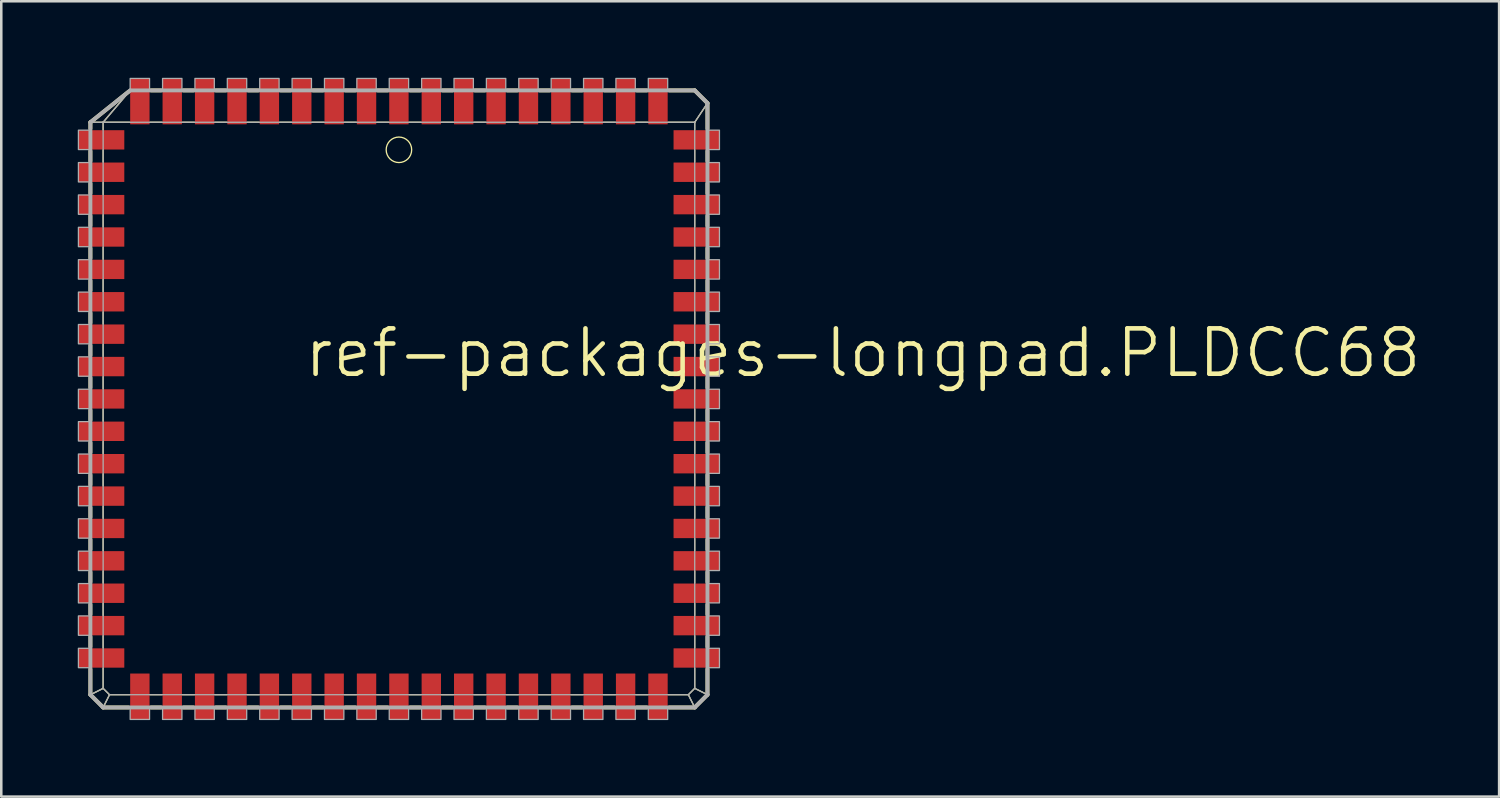
<source format=kicad_pcb>
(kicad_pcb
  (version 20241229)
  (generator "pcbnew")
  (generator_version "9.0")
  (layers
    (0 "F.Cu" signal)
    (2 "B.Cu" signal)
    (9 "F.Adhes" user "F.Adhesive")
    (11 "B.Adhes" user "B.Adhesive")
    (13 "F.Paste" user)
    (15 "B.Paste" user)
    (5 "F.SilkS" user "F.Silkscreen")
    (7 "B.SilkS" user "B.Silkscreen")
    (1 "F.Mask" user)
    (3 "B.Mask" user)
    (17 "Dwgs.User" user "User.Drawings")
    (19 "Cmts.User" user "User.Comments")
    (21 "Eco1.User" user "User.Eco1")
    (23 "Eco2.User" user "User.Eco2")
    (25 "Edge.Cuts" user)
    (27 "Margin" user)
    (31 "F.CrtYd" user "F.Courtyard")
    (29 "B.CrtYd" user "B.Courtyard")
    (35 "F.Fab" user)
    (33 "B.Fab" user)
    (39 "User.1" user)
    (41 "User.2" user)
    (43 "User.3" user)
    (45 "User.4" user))
  (footprint "ref-packages-longpad.PLDCC68"
    (layer "F.Cu")
    (at 12.595 12.595)
    (property "Reference" "ref-packages-longpad.PLDCC68" (at -3.81 -0.762 0) (layer "F.SilkS") (effects (font (size 1.778 1.778) (thickness 0.18)) (justify left bottom)))
    (attr smd)
    (fp_line (start -12.1 -10.85) (end -11.6 -10.85) (stroke (width 0.051) (type default)) (layer "F.SilkS"))
    (fp_line (start -12.1 -10.85) (end -10.6 -12.05) (stroke (width 0.152) (type default)) (layer "F.SilkS"))
    (fp_line (start -12.1 -10.6) (end -12.1 -10.85) (stroke (width 0.152) (type default)) (layer "F.SilkS"))
    (fp_line (start -12.1 -9.33) (end -12.1 -9.72) (stroke (width 0.152) (type default)) (layer "F.SilkS"))
    (fp_line (start -12.1 -8.06) (end -12.1 -8.45) (stroke (width 0.152) (type default)) (layer "F.SilkS"))
    (fp_line (start -12.1 -6.79) (end -12.1 -7.18) (stroke (width 0.152) (type default)) (layer "F.SilkS"))
    (fp_line (start -12.1 -5.52) (end -12.1 -5.91) (stroke (width 0.152) (type default)) (layer "F.SilkS"))
    (fp_line (start -12.1 -4.25) (end -12.1 -4.64) (stroke (width 0.152) (type default)) (layer "F.SilkS"))
    (fp_line (start -12.1 -2.98) (end -12.1 -3.37) (stroke (width 0.152) (type default)) (layer "F.SilkS"))
    (fp_line (start -12.1 -1.71) (end -12.1 -2.1) (stroke (width 0.152) (type default)) (layer "F.SilkS"))
    (fp_line (start -12.1 -0.44) (end -12.1 -0.83) (stroke (width 0.152) (type default)) (layer "F.SilkS"))
    (fp_line (start -12.1 0.83) (end -12.1 0.44) (stroke (width 0.152) (type default)) (layer "F.SilkS"))
    (fp_line (start -12.1 2.1) (end -12.1 1.71) (stroke (width 0.152) (type default)) (layer "F.SilkS"))
    (fp_line (start -12.1 3.37) (end -12.1 2.98) (stroke (width 0.152) (type default)) (layer "F.SilkS"))
    (fp_line (start -12.1 4.64) (end -12.1 4.25) (stroke (width 0.152) (type default)) (layer "F.SilkS"))
    (fp_line (start -12.1 5.91) (end -12.1 5.52) (stroke (width 0.152) (type default)) (layer "F.SilkS"))
    (fp_line (start -12.1 7.18) (end -12.1 6.79) (stroke (width 0.152) (type default)) (layer "F.SilkS"))
    (fp_line (start -12.1 8.45) (end -12.1 8.06) (stroke (width 0.152) (type default)) (layer "F.SilkS"))
    (fp_line (start -12.1 9.72) (end -12.1 9.33) (stroke (width 0.152) (type default)) (layer "F.SilkS"))
    (fp_line (start -12.1 11.6) (end -12.1 10.6) (stroke (width 0.152) (type default)) (layer "F.SilkS"))
    (fp_line (start -12.1 11.6) (end -11.6 11.35) (stroke (width 0.051) (type default)) (layer "F.SilkS"))
    (fp_line (start -11.6 -10.85) (end -10.56 -12.08) (stroke (width 0.051) (type default)) (layer "F.SilkS"))
    (fp_line (start -11.6 -10.85) (end -10.56 -10.85) (stroke (width 0.051) (type default)) (layer "F.SilkS"))
    (fp_line (start -11.6 -10.56) (end -11.6 -10.85) (stroke (width 0.051) (type default)) (layer "F.SilkS"))
    (fp_line (start -11.6 -9.29) (end -11.6 -9.76) (stroke (width 0.051) (type default)) (layer "F.SilkS"))
    (fp_line (start -11.6 -8.02) (end -11.6 -8.49) (stroke (width 0.051) (type default)) (layer "F.SilkS"))
    (fp_line (start -11.6 -6.75) (end -11.6 -7.22) (stroke (width 0.051) (type default)) (layer "F.SilkS"))
    (fp_line (start -11.6 -5.48) (end -11.6 -5.95) (stroke (width 0.051) (type default)) (layer "F.SilkS"))
    (fp_line (start -11.6 -4.21) (end -11.6 -4.68) (stroke (width 0.051) (type default)) (layer "F.SilkS"))
    (fp_line (start -11.6 -2.94) (end -11.6 -3.41) (stroke (width 0.051) (type default)) (layer "F.SilkS"))
    (fp_line (start -11.6 -1.67) (end -11.6 -2.14) (stroke (width 0.051) (type default)) (layer "F.SilkS"))
    (fp_line (start -11.6 -0.4) (end -11.6 -0.87) (stroke (width 0.051) (type default)) (layer "F.SilkS"))
    (fp_line (start -11.6 0.87) (end -11.6 0.4) (stroke (width 0.051) (type default)) (layer "F.SilkS"))
    (fp_line (start -11.6 2.14) (end -11.6 1.67) (stroke (width 0.051) (type default)) (layer "F.SilkS"))
    (fp_line (start -11.6 3.41) (end -11.6 2.94) (stroke (width 0.051) (type default)) (layer "F.SilkS"))
    (fp_line (start -11.6 4.68) (end -11.6 4.21) (stroke (width 0.051) (type default)) (layer "F.SilkS"))
    (fp_line (start -11.6 5.95) (end -11.6 5.48) (stroke (width 0.051) (type default)) (layer "F.SilkS"))
    (fp_line (start -11.6 7.22) (end -11.6 6.75) (stroke (width 0.051) (type default)) (layer "F.SilkS"))
    (fp_line (start -11.6 8.49) (end -11.6 8.02) (stroke (width 0.051) (type default)) (layer "F.SilkS"))
    (fp_line (start -11.6 9.76) (end -11.6 9.29) (stroke (width 0.051) (type default)) (layer "F.SilkS"))
    (fp_line (start -11.6 11.35) (end -11.6 10.56) (stroke (width 0.051) (type default)) (layer "F.SilkS"))
    (fp_line (start -11.6 12.1) (end -12.1 11.6) (stroke (width 0.152) (type default)) (layer "F.SilkS"))
    (fp_line (start -11.6 12.1) (end -11.35 11.6) (stroke (width 0.051) (type default)) (layer "F.SilkS"))
    (fp_line (start -11.35 11.6) (end -11.6 11.35) (stroke (width 0.051) (type default)) (layer "F.SilkS"))
    (fp_line (start -10.6 12.1) (end -11.6 12.1) (stroke (width 0.152) (type default)) (layer "F.SilkS"))
    (fp_line (start -10.56 11.6) (end -11.35 11.6) (stroke (width 0.051) (type default)) (layer "F.SilkS"))
    (fp_line (start -9.76 -10.85) (end -9.29 -10.85) (stroke (width 0.051) (type default)) (layer "F.SilkS"))
    (fp_line (start -9.72 -12.1) (end -9.33 -12.1) (stroke (width 0.152) (type default)) (layer "F.SilkS"))
    (fp_line (start -9.33 12.1) (end -9.72 12.1) (stroke (width 0.152) (type default)) (layer "F.SilkS"))
    (fp_line (start -9.29 11.6) (end -9.76 11.6) (stroke (width 0.051) (type default)) (layer "F.SilkS"))
    (fp_line (start -8.49 -10.85) (end -8.02 -10.85) (stroke (width 0.051) (type default)) (layer "F.SilkS"))
    (fp_line (start -8.45 -12.1) (end -8.06 -12.1) (stroke (width 0.152) (type default)) (layer "F.SilkS"))
    (fp_line (start -8.06 12.1) (end -8.45 12.1) (stroke (width 0.152) (type default)) (layer "F.SilkS"))
    (fp_line (start -8.02 11.6) (end -8.49 11.6) (stroke (width 0.051) (type default)) (layer "F.SilkS"))
    (fp_line (start -7.22 -10.85) (end -6.75 -10.85) (stroke (width 0.051) (type default)) (layer "F.SilkS"))
    (fp_line (start -7.18 -12.1) (end -6.79 -12.1) (stroke (width 0.152) (type default)) (layer "F.SilkS"))
    (fp_line (start -6.79 12.1) (end -7.18 12.1) (stroke (width 0.152) (type default)) (layer "F.SilkS"))
    (fp_line (start -6.75 11.6) (end -7.22 11.6) (stroke (width 0.051) (type default)) (layer "F.SilkS"))
    (fp_line (start -5.95 -10.85) (end -5.48 -10.85) (stroke (width 0.051) (type default)) (layer "F.SilkS"))
    (fp_line (start -5.91 -12.1) (end -5.52 -12.1) (stroke (width 0.152) (type default)) (layer "F.SilkS"))
    (fp_line (start -5.52 12.1) (end -5.91 12.1) (stroke (width 0.152) (type default)) (layer "F.SilkS"))
    (fp_line (start -5.48 11.6) (end -5.95 11.6) (stroke (width 0.051) (type default)) (layer "F.SilkS"))
    (fp_line (start -4.68 -10.85) (end -4.21 -10.85) (stroke (width 0.051) (type default)) (layer "F.SilkS"))
    (fp_line (start -4.64 -12.1) (end -4.25 -12.1) (stroke (width 0.152) (type default)) (layer "F.SilkS"))
    (fp_line (start -4.25 12.1) (end -4.64 12.1) (stroke (width 0.152) (type default)) (layer "F.SilkS"))
    (fp_line (start -4.21 11.6) (end -4.68 11.6) (stroke (width 0.051) (type default)) (layer "F.SilkS"))
    (fp_line (start -3.41 -10.85) (end -2.94 -10.85) (stroke (width 0.051) (type default)) (layer "F.SilkS"))
    (fp_line (start -3.37 -12.1) (end -2.98 -12.1) (stroke (width 0.152) (type default)) (layer "F.SilkS"))
    (fp_line (start -2.98 12.1) (end -3.37 12.1) (stroke (width 0.152) (type default)) (layer "F.SilkS"))
    (fp_line (start -2.94 11.6) (end -3.41 11.6) (stroke (width 0.051) (type default)) (layer "F.SilkS"))
    (fp_line (start -2.14 -10.85) (end -1.67 -10.85) (stroke (width 0.051) (type default)) (layer "F.SilkS"))
    (fp_line (start -2.1 -12.1) (end -1.71 -12.1) (stroke (width 0.152) (type default)) (layer "F.SilkS"))
    (fp_line (start -1.71 12.1) (end -2.1 12.1) (stroke (width 0.152) (type default)) (layer "F.SilkS"))
    (fp_line (start -1.67 11.6) (end -2.14 11.6) (stroke (width 0.051) (type default)) (layer "F.SilkS"))
    (fp_line (start -0.87 -10.85) (end -0.4 -10.85) (stroke (width 0.051) (type default)) (layer "F.SilkS"))
    (fp_line (start -0.83 -12.1) (end -0.44 -12.1) (stroke (width 0.152) (type default)) (layer "F.SilkS"))
    (fp_line (start -0.44 12.1) (end -0.83 12.1) (stroke (width 0.152) (type default)) (layer "F.SilkS"))
    (fp_line (start -0.4 11.6) (end -0.87 11.6) (stroke (width 0.051) (type default)) (layer "F.SilkS"))
    (fp_line (start 0.4 -10.85) (end 0.87 -10.85) (stroke (width 0.051) (type default)) (layer "F.SilkS"))
    (fp_line (start 0.44 -12.1) (end 0.83 -12.1) (stroke (width 0.152) (type default)) (layer "F.SilkS"))
    (fp_line (start 0.83 12.1) (end 0.44 12.1) (stroke (width 0.152) (type default)) (layer "F.SilkS"))
    (fp_line (start 0.87 11.6) (end 0.4 11.6) (stroke (width 0.051) (type default)) (layer "F.SilkS"))
    (fp_line (start 1.67 -10.85) (end 2.14 -10.85) (stroke (width 0.051) (type default)) (layer "F.SilkS"))
    (fp_line (start 1.71 -12.1) (end 2.1 -12.1) (stroke (width 0.152) (type default)) (layer "F.SilkS"))
    (fp_line (start 2.1 12.1) (end 1.71 12.1) (stroke (width 0.152) (type default)) (layer "F.SilkS"))
    (fp_line (start 2.14 11.6) (end 1.67 11.6) (stroke (width 0.051) (type default)) (layer "F.SilkS"))
    (fp_line (start 2.94 -10.85) (end 3.41 -10.85) (stroke (width 0.051) (type default)) (layer "F.SilkS"))
    (fp_line (start 2.98 -12.1) (end 3.37 -12.1) (stroke (width 0.152) (type default)) (layer "F.SilkS"))
    (fp_line (start 3.37 12.1) (end 2.98 12.1) (stroke (width 0.152) (type default)) (layer "F.SilkS"))
    (fp_line (start 3.41 11.6) (end 2.94 11.6) (stroke (width 0.051) (type default)) (layer "F.SilkS"))
    (fp_line (start 4.21 -10.85) (end 4.68 -10.85) (stroke (width 0.051) (type default)) (layer "F.SilkS"))
    (fp_line (start 4.25 -12.1) (end 4.64 -12.1) (stroke (width 0.152) (type default)) (layer "F.SilkS"))
    (fp_line (start 4.64 12.1) (end 4.25 12.1) (stroke (width 0.152) (type default)) (layer "F.SilkS"))
    (fp_line (start 4.68 11.6) (end 4.21 11.6) (stroke (width 0.051) (type default)) (layer "F.SilkS"))
    (fp_line (start 5.48 -10.85) (end 5.95 -10.85) (stroke (width 0.051) (type default)) (layer "F.SilkS"))
    (fp_line (start 5.52 -12.1) (end 5.91 -12.1) (stroke (width 0.152) (type default)) (layer "F.SilkS"))
    (fp_line (start 5.91 12.1) (end 5.52 12.1) (stroke (width 0.152) (type default)) (layer "F.SilkS"))
    (fp_line (start 5.95 11.6) (end 5.48 11.6) (stroke (width 0.051) (type default)) (layer "F.SilkS"))
    (fp_line (start 6.75 -10.85) (end 7.22 -10.85) (stroke (width 0.051) (type default)) (layer "F.SilkS"))
    (fp_line (start 6.79 -12.1) (end 7.18 -12.1) (stroke (width 0.152) (type default)) (layer "F.SilkS"))
    (fp_line (start 7.18 12.1) (end 6.79 12.1) (stroke (width 0.152) (type default)) (layer "F.SilkS"))
    (fp_line (start 7.22 11.6) (end 6.75 11.6) (stroke (width 0.051) (type default)) (layer "F.SilkS"))
    (fp_line (start 8.02 -10.85) (end 8.49 -10.85) (stroke (width 0.051) (type default)) (layer "F.SilkS"))
    (fp_line (start 8.06 -12.1) (end 8.45 -12.1) (stroke (width 0.152) (type default)) (layer "F.SilkS"))
    (fp_line (start 8.45 12.1) (end 8.06 12.1) (stroke (width 0.152) (type default)) (layer "F.SilkS"))
    (fp_line (start 8.49 11.6) (end 8.02 11.6) (stroke (width 0.051) (type default)) (layer "F.SilkS"))
    (fp_line (start 9.29 -10.85) (end 9.76 -10.85) (stroke (width 0.051) (type default)) (layer "F.SilkS"))
    (fp_line (start 9.33 -12.1) (end 9.72 -12.1) (stroke (width 0.152) (type default)) (layer "F.SilkS"))
    (fp_line (start 9.72 12.1) (end 9.33 12.1) (stroke (width 0.152) (type default)) (layer "F.SilkS"))
    (fp_line (start 9.76 11.6) (end 9.29 11.6) (stroke (width 0.051) (type default)) (layer "F.SilkS"))
    (fp_line (start 10.56 -10.85) (end 11.6 -10.85) (stroke (width 0.051) (type default)) (layer "F.SilkS"))
    (fp_line (start 10.6 -12.1) (end 11.6 -12.1) (stroke (width 0.152) (type default)) (layer "F.SilkS"))
    (fp_line (start 11.35 11.6) (end 10.56 11.6) (stroke (width 0.051) (type default)) (layer "F.SilkS"))
    (fp_line (start 11.35 11.6) (end 11.6 12.1) (stroke (width 0.051) (type default)) (layer "F.SilkS"))
    (fp_line (start 11.6 -12.1) (end 12.1 -11.6) (stroke (width 0.152) (type default)) (layer "F.SilkS"))
    (fp_line (start 11.6 -10.85) (end 11.6 -10.56) (stroke (width 0.051) (type default)) (layer "F.SilkS"))
    (fp_line (start 11.6 -9.76) (end 11.6 -9.29) (stroke (width 0.051) (type default)) (layer "F.SilkS"))
    (fp_line (start 11.6 -8.49) (end 11.6 -8.02) (stroke (width 0.051) (type default)) (layer "F.SilkS"))
    (fp_line (start 11.6 -7.22) (end 11.6 -6.75) (stroke (width 0.051) (type default)) (layer "F.SilkS"))
    (fp_line (start 11.6 -5.95) (end 11.6 -5.48) (stroke (width 0.051) (type default)) (layer "F.SilkS"))
    (fp_line (start 11.6 -4.68) (end 11.6 -4.21) (stroke (width 0.051) (type default)) (layer "F.SilkS"))
    (fp_line (start 11.6 -3.41) (end 11.6 -2.94) (stroke (width 0.051) (type default)) (layer "F.SilkS"))
    (fp_line (start 11.6 -2.14) (end 11.6 -1.67) (stroke (width 0.051) (type default)) (layer "F.SilkS"))
    (fp_line (start 11.6 -0.87) (end 11.6 -0.4) (stroke (width 0.051) (type default)) (layer "F.SilkS"))
    (fp_line (start 11.6 0.4) (end 11.6 0.87) (stroke (width 0.051) (type default)) (layer "F.SilkS"))
    (fp_line (start 11.6 1.67) (end 11.6 2.14) (stroke (width 0.051) (type default)) (layer "F.SilkS"))
    (fp_line (start 11.6 2.94) (end 11.6 3.41) (stroke (width 0.051) (type default)) (layer "F.SilkS"))
    (fp_line (start 11.6 4.21) (end 11.6 4.68) (stroke (width 0.051) (type default)) (layer "F.SilkS"))
    (fp_line (start 11.6 5.48) (end 11.6 5.95) (stroke (width 0.051) (type default)) (layer "F.SilkS"))
    (fp_line (start 11.6 6.75) (end 11.6 7.22) (stroke (width 0.051) (type default)) (layer "F.SilkS"))
    (fp_line (start 11.6 8.02) (end 11.6 8.49) (stroke (width 0.051) (type default)) (layer "F.SilkS"))
    (fp_line (start 11.6 9.29) (end 11.6 9.76) (stroke (width 0.051) (type default)) (layer "F.SilkS"))
    (fp_line (start 11.6 10.56) (end 11.6 11.35) (stroke (width 0.051) (type default)) (layer "F.SilkS"))
    (fp_line (start 11.6 11.35) (end 11.35 11.6) (stroke (width 0.051) (type default)) (layer "F.SilkS"))
    (fp_line (start 11.6 11.35) (end 12.1 11.6) (stroke (width 0.051) (type default)) (layer "F.SilkS"))
    (fp_line (start 11.6 12.1) (end 10.6 12.1) (stroke (width 0.152) (type default)) (layer "F.SilkS"))
    (fp_line (start 12.1 -11.6) (end 11.6 -10.85) (stroke (width 0.051) (type default)) (layer "F.SilkS"))
    (fp_line (start 12.1 -11.6) (end 12.1 -10.6) (stroke (width 0.152) (type default)) (layer "F.SilkS"))
    (fp_line (start 12.1 -9.72) (end 12.1 -9.33) (stroke (width 0.152) (type default)) (layer "F.SilkS"))
    (fp_line (start 12.1 -8.45) (end 12.1 -8.06) (stroke (width 0.152) (type default)) (layer "F.SilkS"))
    (fp_line (start 12.1 -7.18) (end 12.1 -6.79) (stroke (width 0.152) (type default)) (layer "F.SilkS"))
    (fp_line (start 12.1 -5.91) (end 12.1 -5.52) (stroke (width 0.152) (type default)) (layer "F.SilkS"))
    (fp_line (start 12.1 -4.64) (end 12.1 -4.25) (stroke (width 0.152) (type default)) (layer "F.SilkS"))
    (fp_line (start 12.1 -3.37) (end 12.1 -2.98) (stroke (width 0.152) (type default)) (layer "F.SilkS"))
    (fp_line (start 12.1 -2.1) (end 12.1 -1.71) (stroke (width 0.152) (type default)) (layer "F.SilkS"))
    (fp_line (start 12.1 -0.83) (end 12.1 -0.44) (stroke (width 0.152) (type default)) (layer "F.SilkS"))
    (fp_line (start 12.1 0.44) (end 12.1 0.83) (stroke (width 0.152) (type default)) (layer "F.SilkS"))
    (fp_line (start 12.1 1.71) (end 12.1 2.1) (stroke (width 0.152) (type default)) (layer "F.SilkS"))
    (fp_line (start 12.1 2.98) (end 12.1 3.37) (stroke (width 0.152) (type default)) (layer "F.SilkS"))
    (fp_line (start 12.1 4.25) (end 12.1 4.64) (stroke (width 0.152) (type default)) (layer "F.SilkS"))
    (fp_line (start 12.1 5.52) (end 12.1 5.91) (stroke (width 0.152) (type default)) (layer "F.SilkS"))
    (fp_line (start 12.1 6.79) (end 12.1 7.18) (stroke (width 0.152) (type default)) (layer "F.SilkS"))
    (fp_line (start 12.1 8.06) (end 12.1 8.45) (stroke (width 0.152) (type default)) (layer "F.SilkS"))
    (fp_line (start 12.1 9.33) (end 12.1 9.72) (stroke (width 0.152) (type default)) (layer "F.SilkS"))
    (fp_line (start 12.1 10.6) (end 12.1 11.6) (stroke (width 0.152) (type default)) (layer "F.SilkS"))
    (fp_line (start 12.1 11.6) (end 11.6 12.1) (stroke (width 0.152) (type default)) (layer "F.SilkS"))
    (fp_circle (center 0 -9.77) (end 0.5 -9.77) (stroke (width 0.051) (type default)) (fill no) (layer "F.SilkS"))
    (fp_line (start -12.1 -10.85) (end -11.6 -10.85) (stroke (width 0.051) (type default)) (layer "F.Fab"))
    (fp_line (start -12.1 -10.85) (end -10.54 -12.1) (stroke (width 0.152) (type default)) (layer "F.Fab"))
    (fp_line (start -12.1 11.6) (end -12.1 -10.85) (stroke (width 0.152) (type default)) (layer "F.Fab"))
    (fp_line (start -12.1 11.6) (end -11.6 11.35) (stroke (width 0.051) (type default)) (layer "F.Fab"))
    (fp_line (start -11.6 -10.85) (end -10.54 -12.1) (stroke (width 0.051) (type default)) (layer "F.Fab"))
    (fp_line (start -11.6 -10.85) (end 11.6 -10.85) (stroke (width 0.051) (type default)) (layer "F.Fab"))
    (fp_line (start -11.6 11.35) (end -11.6 -10.85) (stroke (width 0.051) (type default)) (layer "F.Fab"))
    (fp_line (start -11.6 12.1) (end -12.1 11.6) (stroke (width 0.152) (type default)) (layer "F.Fab"))
    (fp_line (start -11.6 12.1) (end -11.35 11.6) (stroke (width 0.051) (type default)) (layer "F.Fab"))
    (fp_line (start -11.35 11.6) (end -11.6 11.35) (stroke (width 0.051) (type default)) (layer "F.Fab"))
    (fp_line (start -10.54 -12.1) (end 11.6 -12.1) (stroke (width 0.152) (type default)) (layer "F.Fab"))
    (fp_line (start 11.35 11.6) (end -11.35 11.6) (stroke (width 0.051) (type default)) (layer "F.Fab"))
    (fp_line (start 11.35 11.6) (end 11.6 12.1) (stroke (width 0.051) (type default)) (layer "F.Fab"))
    (fp_line (start 11.6 -12.1) (end 12.1 -11.6) (stroke (width 0.152) (type default)) (layer "F.Fab"))
    (fp_line (start 11.6 -10.85) (end 11.6 11.35) (stroke (width 0.051) (type default)) (layer "F.Fab"))
    (fp_line (start 11.6 11.35) (end 11.35 11.6) (stroke (width 0.051) (type default)) (layer "F.Fab"))
    (fp_line (start 11.6 11.35) (end 12.1 11.6) (stroke (width 0.051) (type default)) (layer "F.Fab"))
    (fp_line (start 11.6 12.1) (end -11.6 12.1) (stroke (width 0.152) (type default)) (layer "F.Fab"))
    (fp_line (start 12.1 -11.6) (end 11.6 -10.85) (stroke (width 0.051) (type default)) (layer "F.Fab"))
    (fp_line (start 12.1 -11.6) (end 12.1 11.6) (stroke (width 0.152) (type default)) (layer "F.Fab"))
    (fp_line (start 12.1 11.6) (end 11.6 12.1) (stroke (width 0.152) (type default)) (layer "F.Fab"))
    (fp_rect (start -12.57 -9.78) (end -12.1 -10.54) (stroke (width 0.05) (type default)) (fill no) (layer "F.Fab"))
    (fp_rect (start -12.57 -8.51) (end -12.1 -9.27) (stroke (width 0.05) (type default)) (fill no) (layer "F.Fab"))
    (fp_rect (start -12.57 -7.24) (end -12.1 -8) (stroke (width 0.05) (type default)) (fill no) (layer "F.Fab"))
    (fp_rect (start -12.57 -5.97) (end -12.1 -6.73) (stroke (width 0.05) (type default)) (fill no) (layer "F.Fab"))
    (fp_rect (start -12.57 -4.7) (end -12.1 -5.46) (stroke (width 0.05) (type default)) (fill no) (layer "F.Fab"))
    (fp_rect (start -12.57 -3.43) (end -12.1 -4.19) (stroke (width 0.05) (type default)) (fill no) (layer "F.Fab"))
    (fp_rect (start -12.57 -2.16) (end -12.1 -2.92) (stroke (width 0.05) (type default)) (fill no) (layer "F.Fab"))
    (fp_rect (start -12.57 -0.89) (end -12.1 -1.65) (stroke (width 0.05) (type default)) (fill no) (layer "F.Fab"))
    (fp_rect (start -12.57 0.38) (end -12.1 -0.38) (stroke (width 0.05) (type default)) (fill no) (layer "F.Fab"))
    (fp_rect (start -12.57 1.65) (end -12.1 0.89) (stroke (width 0.05) (type default)) (fill no) (layer "F.Fab"))
    (fp_rect (start -12.57 2.92) (end -12.1 2.16) (stroke (width 0.05) (type default)) (fill no) (layer "F.Fab"))
    (fp_rect (start -12.57 4.19) (end -12.1 3.43) (stroke (width 0.05) (type default)) (fill no) (layer "F.Fab"))
    (fp_rect (start -12.57 5.46) (end -12.1 4.7) (stroke (width 0.05) (type default)) (fill no) (layer "F.Fab"))
    (fp_rect (start -12.57 6.73) (end -12.1 5.97) (stroke (width 0.05) (type default)) (fill no) (layer "F.Fab"))
    (fp_rect (start -12.57 8) (end -12.1 7.24) (stroke (width 0.05) (type default)) (fill no) (layer "F.Fab"))
    (fp_rect (start -12.57 9.27) (end -12.1 8.51) (stroke (width 0.05) (type default)) (fill no) (layer "F.Fab"))
    (fp_rect (start -12.57 10.54) (end -12.1 9.78) (stroke (width 0.05) (type default)) (fill no) (layer "F.Fab"))
    (fp_rect (start -10.54 -12.1) (end -9.78 -12.57) (stroke (width 0.05) (type default)) (fill no) (layer "F.Fab"))
    (fp_rect (start -10.54 12.57) (end -9.78 12.1) (stroke (width 0.05) (type default)) (fill no) (layer "F.Fab"))
    (fp_rect (start -9.27 -12.1) (end -8.51 -12.57) (stroke (width 0.05) (type default)) (fill no) (layer "F.Fab"))
    (fp_rect (start -9.27 12.57) (end -8.51 12.1) (stroke (width 0.05) (type default)) (fill no) (layer "F.Fab"))
    (fp_rect (start -8 -12.1) (end -7.24 -12.57) (stroke (width 0.05) (type default)) (fill no) (layer "F.Fab"))
    (fp_rect (start -8 12.57) (end -7.24 12.1) (stroke (width 0.05) (type default)) (fill no) (layer "F.Fab"))
    (fp_rect (start -6.73 -12.1) (end -5.97 -12.57) (stroke (width 0.05) (type default)) (fill no) (layer "F.Fab"))
    (fp_rect (start -6.73 12.57) (end -5.97 12.1) (stroke (width 0.05) (type default)) (fill no) (layer "F.Fab"))
    (fp_rect (start -5.46 -12.1) (end -4.7 -12.57) (stroke (width 0.05) (type default)) (fill no) (layer "F.Fab"))
    (fp_rect (start -5.46 12.57) (end -4.7 12.1) (stroke (width 0.05) (type default)) (fill no) (layer "F.Fab"))
    (fp_rect (start -4.19 -12.1) (end -3.43 -12.57) (stroke (width 0.05) (type default)) (fill no) (layer "F.Fab"))
    (fp_rect (start -4.19 12.57) (end -3.43 12.1) (stroke (width 0.05) (type default)) (fill no) (layer "F.Fab"))
    (fp_rect (start -2.92 -12.1) (end -2.16 -12.57) (stroke (width 0.05) (type default)) (fill no) (layer "F.Fab"))
    (fp_rect (start -2.92 12.57) (end -2.16 12.1) (stroke (width 0.05) (type default)) (fill no) (layer "F.Fab"))
    (fp_rect (start -1.65 -12.1) (end -0.89 -12.57) (stroke (width 0.05) (type default)) (fill no) (layer "F.Fab"))
    (fp_rect (start -1.65 12.57) (end -0.89 12.1) (stroke (width 0.05) (type default)) (fill no) (layer "F.Fab"))
    (fp_rect (start -0.38 -12.1) (end 0.38 -12.57) (stroke (width 0.05) (type default)) (fill no) (layer "F.Fab"))
    (fp_rect (start -0.38 12.57) (end 0.38 12.1) (stroke (width 0.05) (type default)) (fill no) (layer "F.Fab"))
    (fp_rect (start 0.89 -12.1) (end 1.65 -12.57) (stroke (width 0.05) (type default)) (fill no) (layer "F.Fab"))
    (fp_rect (start 0.89 12.57) (end 1.65 12.1) (stroke (width 0.05) (type default)) (fill no) (layer "F.Fab"))
    (fp_rect (start 2.16 -12.1) (end 2.92 -12.57) (stroke (width 0.05) (type default)) (fill no) (layer "F.Fab"))
    (fp_rect (start 2.16 12.57) (end 2.92 12.1) (stroke (width 0.05) (type default)) (fill no) (layer "F.Fab"))
    (fp_rect (start 3.43 -12.1) (end 4.19 -12.57) (stroke (width 0.05) (type default)) (fill no) (layer "F.Fab"))
    (fp_rect (start 3.43 12.57) (end 4.19 12.1) (stroke (width 0.05) (type default)) (fill no) (layer "F.Fab"))
    (fp_rect (start 4.7 -12.1) (end 5.46 -12.57) (stroke (width 0.05) (type default)) (fill no) (layer "F.Fab"))
    (fp_rect (start 4.7 12.57) (end 5.46 12.1) (stroke (width 0.05) (type default)) (fill no) (layer "F.Fab"))
    (fp_rect (start 5.97 -12.1) (end 6.73 -12.57) (stroke (width 0.05) (type default)) (fill no) (layer "F.Fab"))
    (fp_rect (start 5.97 12.57) (end 6.73 12.1) (stroke (width 0.05) (type default)) (fill no) (layer "F.Fab"))
    (fp_rect (start 7.24 -12.1) (end 8 -12.57) (stroke (width 0.05) (type default)) (fill no) (layer "F.Fab"))
    (fp_rect (start 7.24 12.57) (end 8 12.1) (stroke (width 0.05) (type default)) (fill no) (layer "F.Fab"))
    (fp_rect (start 8.51 -12.1) (end 9.27 -12.57) (stroke (width 0.05) (type default)) (fill no) (layer "F.Fab"))
    (fp_rect (start 8.51 12.57) (end 9.27 12.1) (stroke (width 0.05) (type default)) (fill no) (layer "F.Fab"))
    (fp_rect (start 9.78 -12.1) (end 10.54 -12.57) (stroke (width 0.05) (type default)) (fill no) (layer "F.Fab"))
    (fp_rect (start 9.78 12.57) (end 10.54 12.1) (stroke (width 0.05) (type default)) (fill no) (layer "F.Fab"))
    (fp_rect (start 12.1 -9.78) (end 12.57 -10.54) (stroke (width 0.05) (type default)) (fill no) (layer "F.Fab"))
    (fp_rect (start 12.1 -8.51) (end 12.57 -9.27) (stroke (width 0.05) (type default)) (fill no) (layer "F.Fab"))
    (fp_rect (start 12.1 -7.24) (end 12.57 -8) (stroke (width 0.05) (type default)) (fill no) (layer "F.Fab"))
    (fp_rect (start 12.1 -5.97) (end 12.57 -6.73) (stroke (width 0.05) (type default)) (fill no) (layer "F.Fab"))
    (fp_rect (start 12.1 -4.7) (end 12.57 -5.46) (stroke (width 0.05) (type default)) (fill no) (layer "F.Fab"))
    (fp_rect (start 12.1 -3.43) (end 12.57 -4.19) (stroke (width 0.05) (type default)) (fill no) (layer "F.Fab"))
    (fp_rect (start 12.1 -2.16) (end 12.57 -2.92) (stroke (width 0.05) (type default)) (fill no) (layer "F.Fab"))
    (fp_rect (start 12.1 -0.89) (end 12.57 -1.65) (stroke (width 0.05) (type default)) (fill no) (layer "F.Fab"))
    (fp_rect (start 12.1 0.38) (end 12.57 -0.38) (stroke (width 0.05) (type default)) (fill no) (layer "F.Fab"))
    (fp_rect (start 12.1 1.65) (end 12.57 0.89) (stroke (width 0.05) (type default)) (fill no) (layer "F.Fab"))
    (fp_rect (start 12.1 2.92) (end 12.57 2.16) (stroke (width 0.05) (type default)) (fill no) (layer "F.Fab"))
    (fp_rect (start 12.1 4.19) (end 12.57 3.43) (stroke (width 0.05) (type default)) (fill no) (layer "F.Fab"))
    (fp_rect (start 12.1 5.46) (end 12.57 4.7) (stroke (width 0.05) (type default)) (fill no) (layer "F.Fab"))
    (fp_rect (start 12.1 6.73) (end 12.57 5.97) (stroke (width 0.05) (type default)) (fill no) (layer "F.Fab"))
    (fp_rect (start 12.1 8) (end 12.57 7.24) (stroke (width 0.05) (type default)) (fill no) (layer "F.Fab"))
    (fp_rect (start 12.1 9.27) (end 12.57 8.51) (stroke (width 0.05) (type default)) (fill no) (layer "F.Fab"))
    (fp_rect (start 12.1 10.54) (end 12.57 9.78) (stroke (width 0.05) (type default)) (fill no) (layer "F.Fab"))
    (pad "1" smd roundrect (at 0 -11.67) (size 0.76 1.8) (layers "F.Cu" "F.Mask" "F.Paste") (roundrect_rratio 0.01))
    (pad "2" smd roundrect (at -1.27 -11.67) (size 0.76 1.8) (layers "F.Cu" "F.Mask" "F.Paste") (roundrect_rratio 0.01))
    (pad "3" smd roundrect (at -2.54 -11.67) (size 0.76 1.8) (layers "F.Cu" "F.Mask" "F.Paste") (roundrect_rratio 0.01))
    (pad "4" smd roundrect (at -3.81 -11.67) (size 0.76 1.8) (layers "F.Cu" "F.Mask" "F.Paste") (roundrect_rratio 0.01))
    (pad "5" smd roundrect (at -5.08 -11.67) (size 0.76 1.8) (layers "F.Cu" "F.Mask" "F.Paste") (roundrect_rratio 0.01))
    (pad "6" smd roundrect (at -6.35 -11.67) (size 0.76 1.8) (layers "F.Cu" "F.Mask" "F.Paste") (roundrect_rratio 0.01))
    (pad "7" smd roundrect (at -7.62 -11.67) (size 0.76 1.8) (layers "F.Cu" "F.Mask" "F.Paste") (roundrect_rratio 0.01))
    (pad "8" smd roundrect (at -8.89 -11.67) (size 0.76 1.8) (layers "F.Cu" "F.Mask" "F.Paste") (roundrect_rratio 0.01))
    (pad "9" smd roundrect (at -10.16 -11.67) (size 0.76 1.8) (layers "F.Cu" "F.Mask" "F.Paste") (roundrect_rratio 0.01))
    (pad "10" smd roundrect (at -11.67 -10.16) (size 1.8 0.76) (layers "F.Cu" "F.Mask" "F.Paste") (roundrect_rratio 0.01))
    (pad "11" smd roundrect (at -11.67 -8.89) (size 1.8 0.76) (layers "F.Cu" "F.Mask" "F.Paste") (roundrect_rratio 0.01))
    (pad "12" smd roundrect (at -11.67 -7.62) (size 1.8 0.76) (layers "F.Cu" "F.Mask" "F.Paste") (roundrect_rratio 0.01))
    (pad "13" smd roundrect (at -11.67 -6.35) (size 1.8 0.76) (layers "F.Cu" "F.Mask" "F.Paste") (roundrect_rratio 0.01))
    (pad "14" smd roundrect (at -11.67 -5.08) (size 1.8 0.76) (layers "F.Cu" "F.Mask" "F.Paste") (roundrect_rratio 0.01))
    (pad "15" smd roundrect (at -11.67 -3.81) (size 1.8 0.76) (layers "F.Cu" "F.Mask" "F.Paste") (roundrect_rratio 0.01))
    (pad "16" smd roundrect (at -11.67 -2.54) (size 1.8 0.76) (layers "F.Cu" "F.Mask" "F.Paste") (roundrect_rratio 0.01))
    (pad "17" smd roundrect (at -11.67 -1.27) (size 1.8 0.76) (layers "F.Cu" "F.Mask" "F.Paste") (roundrect_rratio 0.01))
    (pad "18" smd roundrect (at -11.67 0) (size 1.8 0.76) (layers "F.Cu" "F.Mask" "F.Paste") (roundrect_rratio 0.01))
    (pad "19" smd roundrect (at -11.67 1.27) (size 1.8 0.76) (layers "F.Cu" "F.Mask" "F.Paste") (roundrect_rratio 0.01))
    (pad "20" smd roundrect (at -11.67 2.54) (size 1.8 0.76) (layers "F.Cu" "F.Mask" "F.Paste") (roundrect_rratio 0.01))
    (pad "21" smd roundrect (at -11.67 3.81) (size 1.8 0.76) (layers "F.Cu" "F.Mask" "F.Paste") (roundrect_rratio 0.01))
    (pad "22" smd roundrect (at -11.67 5.08) (size 1.8 0.76) (layers "F.Cu" "F.Mask" "F.Paste") (roundrect_rratio 0.01))
    (pad "23" smd roundrect (at -11.67 6.35) (size 1.8 0.76) (layers "F.Cu" "F.Mask" "F.Paste") (roundrect_rratio 0.01))
    (pad "24" smd roundrect (at -11.67 7.62) (size 1.8 0.76) (layers "F.Cu" "F.Mask" "F.Paste") (roundrect_rratio 0.01))
    (pad "25" smd roundrect (at -11.67 8.89) (size 1.8 0.76) (layers "F.Cu" "F.Mask" "F.Paste") (roundrect_rratio 0.01))
    (pad "26" smd roundrect (at -11.67 10.16) (size 1.8 0.76) (layers "F.Cu" "F.Mask" "F.Paste") (roundrect_rratio 0.01))
    (pad "27" smd roundrect (at -10.16 11.67) (size 0.76 1.8) (layers "F.Cu" "F.Mask" "F.Paste") (roundrect_rratio 0.01))
    (pad "28" smd roundrect (at -8.89 11.67) (size 0.76 1.8) (layers "F.Cu" "F.Mask" "F.Paste") (roundrect_rratio 0.01))
    (pad "29" smd roundrect (at -7.62 11.67) (size 0.76 1.8) (layers "F.Cu" "F.Mask" "F.Paste") (roundrect_rratio 0.01))
    (pad "30" smd roundrect (at -6.35 11.67) (size 0.76 1.8) (layers "F.Cu" "F.Mask" "F.Paste") (roundrect_rratio 0.01))
    (pad "31" smd roundrect (at -5.08 11.67) (size 0.76 1.8) (layers "F.Cu" "F.Mask" "F.Paste") (roundrect_rratio 0.01))
    (pad "32" smd roundrect (at -3.81 11.67) (size 0.76 1.8) (layers "F.Cu" "F.Mask" "F.Paste") (roundrect_rratio 0.01))
    (pad "33" smd roundrect (at -2.54 11.67) (size 0.76 1.8) (layers "F.Cu" "F.Mask" "F.Paste") (roundrect_rratio 0.01))
    (pad "34" smd roundrect (at -1.27 11.67) (size 0.76 1.8) (layers "F.Cu" "F.Mask" "F.Paste") (roundrect_rratio 0.01))
    (pad "35" smd roundrect (at 0 11.67) (size 0.76 1.8) (layers "F.Cu" "F.Mask" "F.Paste") (roundrect_rratio 0.01))
    (pad "36" smd roundrect (at 1.27 11.67) (size 0.76 1.8) (layers "F.Cu" "F.Mask" "F.Paste") (roundrect_rratio 0.01))
    (pad "37" smd roundrect (at 2.54 11.67) (size 0.76 1.8) (layers "F.Cu" "F.Mask" "F.Paste") (roundrect_rratio 0.01))
    (pad "38" smd roundrect (at 3.81 11.67) (size 0.76 1.8) (layers "F.Cu" "F.Mask" "F.Paste") (roundrect_rratio 0.01))
    (pad "39" smd roundrect (at 5.08 11.67) (size 0.76 1.8) (layers "F.Cu" "F.Mask" "F.Paste") (roundrect_rratio 0.01))
    (pad "40" smd roundrect (at 6.35 11.67) (size 0.76 1.8) (layers "F.Cu" "F.Mask" "F.Paste") (roundrect_rratio 0.01))
    (pad "41" smd roundrect (at 7.62 11.67) (size 0.76 1.8) (layers "F.Cu" "F.Mask" "F.Paste") (roundrect_rratio 0.01))
    (pad "42" smd roundrect (at 8.89 11.67) (size 0.76 1.8) (layers "F.Cu" "F.Mask" "F.Paste") (roundrect_rratio 0.01))
    (pad "43" smd roundrect (at 10.16 11.67) (size 0.76 1.8) (layers "F.Cu" "F.Mask" "F.Paste") (roundrect_rratio 0.01))
    (pad "44" smd roundrect (at 11.67 10.16) (size 1.8 0.76) (layers "F.Cu" "F.Mask" "F.Paste") (roundrect_rratio 0.01))
    (pad "45" smd roundrect (at 11.67 8.89) (size 1.8 0.76) (layers "F.Cu" "F.Mask" "F.Paste") (roundrect_rratio 0.01))
    (pad "46" smd roundrect (at 11.67 7.62) (size 1.8 0.76) (layers "F.Cu" "F.Mask" "F.Paste") (roundrect_rratio 0.01))
    (pad "47" smd roundrect (at 11.67 6.35) (size 1.8 0.76) (layers "F.Cu" "F.Mask" "F.Paste") (roundrect_rratio 0.01))
    (pad "48" smd roundrect (at 11.67 5.08) (size 1.8 0.76) (layers "F.Cu" "F.Mask" "F.Paste") (roundrect_rratio 0.01))
    (pad "49" smd roundrect (at 11.67 3.81) (size 1.8 0.76) (layers "F.Cu" "F.Mask" "F.Paste") (roundrect_rratio 0.01))
    (pad "50" smd roundrect (at 11.67 2.54) (size 1.8 0.76) (layers "F.Cu" "F.Mask" "F.Paste") (roundrect_rratio 0.01))
    (pad "51" smd roundrect (at 11.67 1.27) (size 1.8 0.76) (layers "F.Cu" "F.Mask" "F.Paste") (roundrect_rratio 0.01))
    (pad "52" smd roundrect (at 11.67 0) (size 1.8 0.76) (layers "F.Cu" "F.Mask" "F.Paste") (roundrect_rratio 0.01))
    (pad "53" smd roundrect (at 11.67 -1.27) (size 1.8 0.76) (layers "F.Cu" "F.Mask" "F.Paste") (roundrect_rratio 0.01))
    (pad "54" smd roundrect (at 11.67 -2.54) (size 1.8 0.76) (layers "F.Cu" "F.Mask" "F.Paste") (roundrect_rratio 0.01))
    (pad "55" smd roundrect (at 11.67 -3.81) (size 1.8 0.76) (layers "F.Cu" "F.Mask" "F.Paste") (roundrect_rratio 0.01))
    (pad "56" smd roundrect (at 11.67 -5.08) (size 1.8 0.76) (layers "F.Cu" "F.Mask" "F.Paste") (roundrect_rratio 0.01))
    (pad "57" smd roundrect (at 11.67 -6.35) (size 1.8 0.76) (layers "F.Cu" "F.Mask" "F.Paste") (roundrect_rratio 0.01))
    (pad "58" smd roundrect (at 11.67 -7.62) (size 1.8 0.76) (layers "F.Cu" "F.Mask" "F.Paste") (roundrect_rratio 0.01))
    (pad "59" smd roundrect (at 11.67 -8.89) (size 1.8 0.76) (layers "F.Cu" "F.Mask" "F.Paste") (roundrect_rratio 0.01))
    (pad "60" smd roundrect (at 11.67 -10.16) (size 1.8 0.76) (layers "F.Cu" "F.Mask" "F.Paste") (roundrect_rratio 0.01))
    (pad "61" smd roundrect (at 10.16 -11.67) (size 0.76 1.8) (layers "F.Cu" "F.Mask" "F.Paste") (roundrect_rratio 0.01))
    (pad "62" smd roundrect (at 8.89 -11.67) (size 0.76 1.8) (layers "F.Cu" "F.Mask" "F.Paste") (roundrect_rratio 0.01))
    (pad "63" smd roundrect (at 7.62 -11.67) (size 0.76 1.8) (layers "F.Cu" "F.Mask" "F.Paste") (roundrect_rratio 0.01))
    (pad "64" smd roundrect (at 6.35 -11.67) (size 0.76 1.8) (layers "F.Cu" "F.Mask" "F.Paste") (roundrect_rratio 0.01))
    (pad "65" smd roundrect (at 5.08 -11.67) (size 0.76 1.8) (layers "F.Cu" "F.Mask" "F.Paste") (roundrect_rratio 0.01))
    (pad "66" smd roundrect (at 3.81 -11.67) (size 0.76 1.8) (layers "F.Cu" "F.Mask" "F.Paste") (roundrect_rratio 0.01))
    (pad "67" smd roundrect (at 2.54 -11.67) (size 0.76 1.8) (layers "F.Cu" "F.Mask" "F.Paste") (roundrect_rratio 0.01))
    (pad "68" smd roundrect (at 1.27 -11.67) (size 0.76 1.8) (layers "F.Cu" "F.Mask" "F.Paste") (roundrect_rratio 0.01)))
  (gr_rect
    (start -3 -3)
    (end 55.742 28.19)
    (stroke (width 0.1) (type default))
    (fill no)
    (layer "Edge.Cuts")))
</source>
